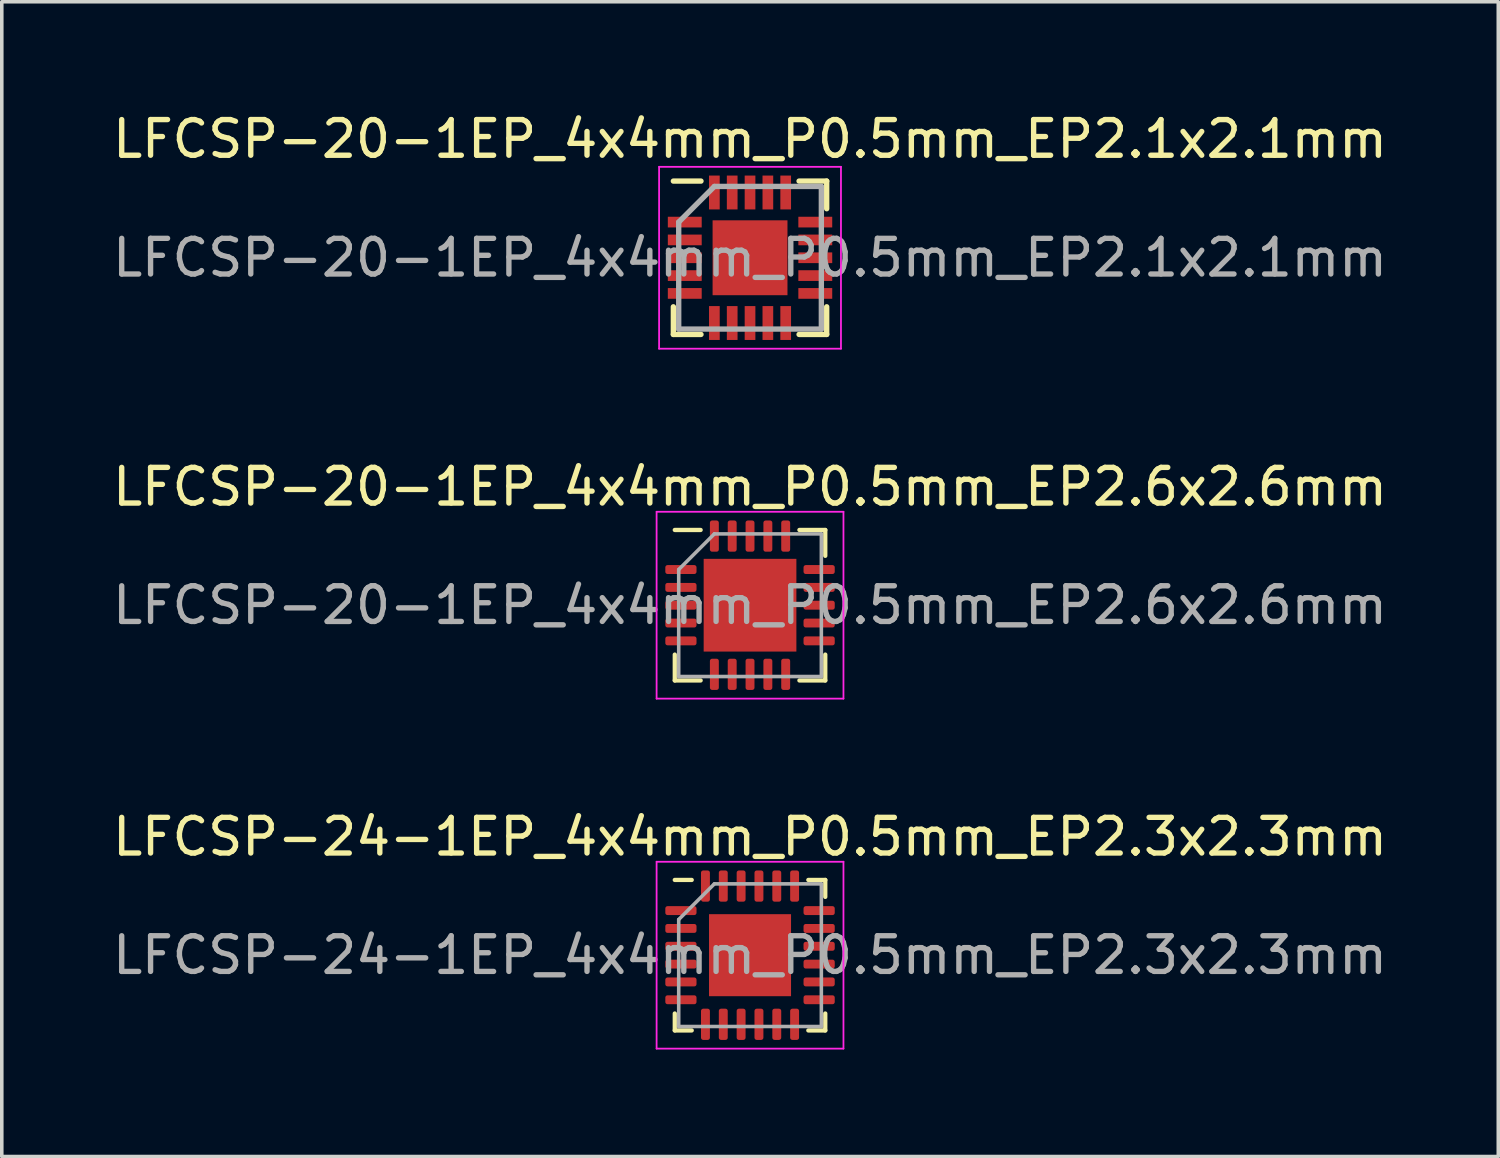
<source format=kicad_pcb>
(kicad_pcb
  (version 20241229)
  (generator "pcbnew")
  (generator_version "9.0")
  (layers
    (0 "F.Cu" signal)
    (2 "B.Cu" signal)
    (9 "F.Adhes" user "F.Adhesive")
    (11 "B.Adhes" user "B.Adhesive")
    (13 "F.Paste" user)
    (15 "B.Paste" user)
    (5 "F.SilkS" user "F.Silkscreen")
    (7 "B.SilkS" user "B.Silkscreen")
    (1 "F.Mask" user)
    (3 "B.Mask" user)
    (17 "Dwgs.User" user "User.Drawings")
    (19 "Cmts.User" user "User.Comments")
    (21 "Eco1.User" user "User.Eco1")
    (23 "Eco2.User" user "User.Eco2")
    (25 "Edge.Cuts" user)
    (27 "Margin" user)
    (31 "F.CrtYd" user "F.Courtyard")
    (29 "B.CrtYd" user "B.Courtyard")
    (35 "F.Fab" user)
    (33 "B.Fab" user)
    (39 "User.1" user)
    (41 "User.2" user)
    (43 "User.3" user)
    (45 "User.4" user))
  (footprint "LFCSP-20-1EP_4x4mm_P0.5mm_EP2.6x2.6mm"
    (layer "F.Cu")
    (at 17.982 13.921)
    (property "Reference" "LFCSP-20-1EP_4x4mm_P0.5mm_EP2.6x2.6mm" (at 0 -3.32 0) (layer "F.SilkS") (effects (font (size 1 1) (thickness 0.15))))
    (attr smd)
    (fp_line (start -2.11 2.11) (end -2.11 1.385) (stroke (width 0.12) (type solid)) (layer "F.SilkS"))
    (fp_line (start -1.385 -2.11) (end -2.11 -2.11) (stroke (width 0.12) (type solid)) (layer "F.SilkS"))
    (fp_line (start -1.385 2.11) (end -2.11 2.11) (stroke (width 0.12) (type solid)) (layer "F.SilkS"))
    (fp_line (start 1.385 -2.11) (end 2.11 -2.11) (stroke (width 0.12) (type solid)) (layer "F.SilkS"))
    (fp_line (start 1.385 2.11) (end 2.11 2.11) (stroke (width 0.12) (type solid)) (layer "F.SilkS"))
    (fp_line (start 2.11 -2.11) (end 2.11 -1.385) (stroke (width 0.12) (type solid)) (layer "F.SilkS"))
    (fp_line (start 2.11 2.11) (end 2.11 1.385) (stroke (width 0.12) (type solid)) (layer "F.SilkS"))
    (fp_line (start -2.62 -2.62) (end -2.62 2.62) (stroke (width 0.05) (type solid)) (layer "F.CrtYd"))
    (fp_line (start -2.62 2.62) (end 2.62 2.62) (stroke (width 0.05) (type solid)) (layer "F.CrtYd"))
    (fp_line (start 2.62 -2.62) (end -2.62 -2.62) (stroke (width 0.05) (type solid)) (layer "F.CrtYd"))
    (fp_line (start 2.62 2.62) (end 2.62 -2.62) (stroke (width 0.05) (type solid)) (layer "F.CrtYd"))
    (fp_line (start -2 -1) (end -1 -2) (stroke (width 0.1) (type solid)) (layer "F.Fab"))
    (fp_line (start -2 2) (end -2 -1) (stroke (width 0.1) (type solid)) (layer "F.Fab"))
    (fp_line (start -1 -2) (end 2 -2) (stroke (width 0.1) (type solid)) (layer "F.Fab"))
    (fp_line (start 2 -2) (end 2 2) (stroke (width 0.1) (type solid)) (layer "F.Fab"))
    (fp_line (start 2 2) (end -2 2) (stroke (width 0.1) (type solid)) (layer "F.Fab"))
    (fp_text user "${REFERENCE}" (at 0 0 0) (layer "F.Fab") (effects (font (size 1 1) (thickness 0.15))))
    (pad "" smd roundrect (at -0.65 -0.65) (size 1.05 1.05) (layers "F.Paste") (roundrect_rratio 0.238))
    (pad "" smd roundrect (at -0.65 0.65) (size 1.05 1.05) (layers "F.Paste") (roundrect_rratio 0.238))
    (pad "" smd roundrect (at 0.65 -0.65) (size 1.05 1.05) (layers "F.Paste") (roundrect_rratio 0.238))
    (pad "" smd roundrect (at 0.65 0.65) (size 1.05 1.05) (layers "F.Paste") (roundrect_rratio 0.238))
    (pad "1" smd roundrect (at -1.938 -1) (size 0.875 0.25) (layers "F.Cu" "F.Mask" "F.Paste") (roundrect_rratio 0.25))
    (pad "2" smd roundrect (at -1.938 -0.5) (size 0.875 0.25) (layers "F.Cu" "F.Mask" "F.Paste") (roundrect_rratio 0.25))
    (pad "3" smd roundrect (at -1.938 0) (size 0.875 0.25) (layers "F.Cu" "F.Mask" "F.Paste") (roundrect_rratio 0.25))
    (pad "4" smd roundrect (at -1.938 0.5) (size 0.875 0.25) (layers "F.Cu" "F.Mask" "F.Paste") (roundrect_rratio 0.25))
    (pad "5" smd roundrect (at -1.938 1) (size 0.875 0.25) (layers "F.Cu" "F.Mask" "F.Paste") (roundrect_rratio 0.25))
    (pad "6" smd roundrect (at -1 1.938) (size 0.25 0.875) (layers "F.Cu" "F.Mask" "F.Paste") (roundrect_rratio 0.25))
    (pad "7" smd roundrect (at -0.5 1.938) (size 0.25 0.875) (layers "F.Cu" "F.Mask" "F.Paste") (roundrect_rratio 0.25))
    (pad "8" smd roundrect (at 0 1.938) (size 0.25 0.875) (layers "F.Cu" "F.Mask" "F.Paste") (roundrect_rratio 0.25))
    (pad "9" smd roundrect (at 0.5 1.938) (size 0.25 0.875) (layers "F.Cu" "F.Mask" "F.Paste") (roundrect_rratio 0.25))
    (pad "10" smd roundrect (at 1 1.938) (size 0.25 0.875) (layers "F.Cu" "F.Mask" "F.Paste") (roundrect_rratio 0.25))
    (pad "11" smd roundrect (at 1.938 1) (size 0.875 0.25) (layers "F.Cu" "F.Mask" "F.Paste") (roundrect_rratio 0.25))
    (pad "12" smd roundrect (at 1.938 0.5) (size 0.875 0.25) (layers "F.Cu" "F.Mask" "F.Paste") (roundrect_rratio 0.25))
    (pad "13" smd roundrect (at 1.938 0) (size 0.875 0.25) (layers "F.Cu" "F.Mask" "F.Paste") (roundrect_rratio 0.25))
    (pad "14" smd roundrect (at 1.938 -0.5) (size 0.875 0.25) (layers "F.Cu" "F.Mask" "F.Paste") (roundrect_rratio 0.25))
    (pad "15" smd roundrect (at 1.938 -1) (size 0.875 0.25) (layers "F.Cu" "F.Mask" "F.Paste") (roundrect_rratio 0.25))
    (pad "16" smd roundrect (at 1 -1.938) (size 0.25 0.875) (layers "F.Cu" "F.Mask" "F.Paste") (roundrect_rratio 0.25))
    (pad "17" smd roundrect (at 0.5 -1.938) (size 0.25 0.875) (layers "F.Cu" "F.Mask" "F.Paste") (roundrect_rratio 0.25))
    (pad "18" smd roundrect (at 0 -1.938) (size 0.25 0.875) (layers "F.Cu" "F.Mask" "F.Paste") (roundrect_rratio 0.25))
    (pad "19" smd roundrect (at -0.5 -1.938) (size 0.25 0.875) (layers "F.Cu" "F.Mask" "F.Paste") (roundrect_rratio 0.25))
    (pad "20" smd roundrect (at -1 -1.938) (size 0.25 0.875) (layers "F.Cu" "F.Mask" "F.Paste") (roundrect_rratio 0.25))
    (pad "21" smd rect (at 0 0) (size 2.6 2.6) (layers "F.Cu" "F.Mask")))
  (footprint "LFCSP-20-1EP_4x4mm_P0.5mm_EP2.1x2.1mm"
    (layer "F.Cu")
    (at 17.982 4.178)
    (property "Reference" "LFCSP-20-1EP_4x4mm_P0.5mm_EP2.1x2.1mm" (at 0 -3.33 0) (layer "F.SilkS") (effects (font (size 1 1) (thickness 0.15))))
    (attr smd)
    (fp_line (start -2.15 -2.15) (end -1.375 -2.15) (stroke (width 0.15) (type solid)) (layer "F.SilkS"))
    (fp_line (start -2.15 2.15) (end -2.15 1.375) (stroke (width 0.15) (type solid)) (layer "F.SilkS"))
    (fp_line (start -2.15 2.15) (end -1.375 2.15) (stroke (width 0.15) (type solid)) (layer "F.SilkS"))
    (fp_line (start 2.15 -2.15) (end 1.375 -2.15) (stroke (width 0.15) (type solid)) (layer "F.SilkS"))
    (fp_line (start 2.15 -2.15) (end 2.15 -1.375) (stroke (width 0.15) (type solid)) (layer "F.SilkS"))
    (fp_line (start 2.15 2.15) (end 1.375 2.15) (stroke (width 0.15) (type solid)) (layer "F.SilkS"))
    (fp_line (start 2.15 2.15) (end 2.15 1.375) (stroke (width 0.15) (type solid)) (layer "F.SilkS"))
    (fp_line (start -2.55 -2.55) (end -2.55 2.55) (stroke (width 0.05) (type solid)) (layer "F.CrtYd"))
    (fp_line (start -2.55 -2.55) (end 2.55 -2.55) (stroke (width 0.05) (type solid)) (layer "F.CrtYd"))
    (fp_line (start -2.55 2.55) (end 2.55 2.55) (stroke (width 0.05) (type solid)) (layer "F.CrtYd"))
    (fp_line (start 2.55 -2.55) (end 2.55 2.55) (stroke (width 0.05) (type solid)) (layer "F.CrtYd"))
    (fp_line (start -2 -1) (end -1 -2) (stroke (width 0.15) (type solid)) (layer "F.Fab"))
    (fp_line (start -2 2) (end -2 -1) (stroke (width 0.15) (type solid)) (layer "F.Fab"))
    (fp_line (start -1 -2) (end 2 -2) (stroke (width 0.15) (type solid)) (layer "F.Fab"))
    (fp_line (start 2 -2) (end 2 2) (stroke (width 0.15) (type solid)) (layer "F.Fab"))
    (fp_line (start 2 2) (end -2 2) (stroke (width 0.15) (type solid)) (layer "F.Fab"))
    (fp_text user "${REFERENCE}" (at 0 0 0) (layer "F.Fab") (effects (font (size 1 1) (thickness 0.15))))
    (pad "" smd rect (at -0.525 -0.525) (size 0.86 0.86) (layers "F.Paste"))
    (pad "" smd rect (at -0.525 0.525) (size 0.86 0.86) (layers "F.Paste"))
    (pad "" smd rect (at 0.525 -0.525) (size 0.86 0.86) (layers "F.Paste"))
    (pad "" smd rect (at 0.525 0.525) (size 0.86 0.86) (layers "F.Paste"))
    (pad "1" smd rect (at -1.83 -1) (size 0.95 0.3) (layers "F.Cu" "F.Mask" "F.Paste"))
    (pad "2" smd rect (at -1.83 -0.5) (size 0.95 0.3) (layers "F.Cu" "F.Mask" "F.Paste"))
    (pad "3" smd rect (at -1.83 0) (size 0.95 0.3) (layers "F.Cu" "F.Mask" "F.Paste"))
    (pad "4" smd rect (at -1.83 0.5) (size 0.95 0.3) (layers "F.Cu" "F.Mask" "F.Paste"))
    (pad "5" smd rect (at -1.83 1) (size 0.95 0.3) (layers "F.Cu" "F.Mask" "F.Paste"))
    (pad "6" smd rect (at -1 1.83 90) (size 0.95 0.3) (layers "F.Cu" "F.Mask" "F.Paste"))
    (pad "7" smd rect (at -0.5 1.83 90) (size 0.95 0.3) (layers "F.Cu" "F.Mask" "F.Paste"))
    (pad "8" smd rect (at 0 1.83 90) (size 0.95 0.3) (layers "F.Cu" "F.Mask" "F.Paste"))
    (pad "9" smd rect (at 0.5 1.83 90) (size 0.95 0.3) (layers "F.Cu" "F.Mask" "F.Paste"))
    (pad "10" smd rect (at 1 1.83 90) (size 0.95 0.3) (layers "F.Cu" "F.Mask" "F.Paste"))
    (pad "11" smd rect (at 1.83 1) (size 0.95 0.3) (layers "F.Cu" "F.Mask" "F.Paste"))
    (pad "12" smd rect (at 1.83 0.5) (size 0.95 0.3) (layers "F.Cu" "F.Mask" "F.Paste"))
    (pad "13" smd rect (at 1.83 0) (size 0.95 0.3) (layers "F.Cu" "F.Mask" "F.Paste"))
    (pad "14" smd rect (at 1.83 -0.5) (size 0.95 0.3) (layers "F.Cu" "F.Mask" "F.Paste"))
    (pad "15" smd rect (at 1.83 -1) (size 0.95 0.3) (layers "F.Cu" "F.Mask" "F.Paste"))
    (pad "16" smd rect (at 1 -1.83 90) (size 0.95 0.3) (layers "F.Cu" "F.Mask" "F.Paste"))
    (pad "17" smd rect (at 0.5 -1.83 90) (size 0.95 0.3) (layers "F.Cu" "F.Mask" "F.Paste"))
    (pad "18" smd rect (at 0 -1.83 90) (size 0.95 0.3) (layers "F.Cu" "F.Mask" "F.Paste"))
    (pad "19" smd rect (at -0.5 -1.83 90) (size 0.95 0.3) (layers "F.Cu" "F.Mask" "F.Paste"))
    (pad "20" smd rect (at -1 -1.83 90) (size 0.95 0.3) (layers "F.Cu" "F.Mask" "F.Paste"))
    (pad "21" smd rect (at 0 0) (size 2.1 2.1) (layers "F.Cu" "F.Mask")))
  (footprint "LFCSP-24-1EP_4x4mm_P0.5mm_EP2.3x2.3mm"
    (layer "F.Cu")
    (at 17.982 23.735)
    (property "Reference" "LFCSP-24-1EP_4x4mm_P0.5mm_EP2.3x2.3mm" (at 0 -3.32 0) (layer "F.SilkS") (effects (font (size 1 1) (thickness 0.15))))
    (attr smd)
    (fp_line (start -2.11 2.11) (end -2.11 1.635) (stroke (width 0.12) (type solid)) (layer "F.SilkS"))
    (fp_line (start -1.635 -2.11) (end -2.11 -2.11) (stroke (width 0.12) (type solid)) (layer "F.SilkS"))
    (fp_line (start -1.635 2.11) (end -2.11 2.11) (stroke (width 0.12) (type solid)) (layer "F.SilkS"))
    (fp_line (start 1.635 -2.11) (end 2.11 -2.11) (stroke (width 0.12) (type solid)) (layer "F.SilkS"))
    (fp_line (start 1.635 2.11) (end 2.11 2.11) (stroke (width 0.12) (type solid)) (layer "F.SilkS"))
    (fp_line (start 2.11 -2.11) (end 2.11 -1.635) (stroke (width 0.12) (type solid)) (layer "F.SilkS"))
    (fp_line (start 2.11 2.11) (end 2.11 1.635) (stroke (width 0.12) (type solid)) (layer "F.SilkS"))
    (fp_line (start -2.62 -2.62) (end -2.62 2.62) (stroke (width 0.05) (type solid)) (layer "F.CrtYd"))
    (fp_line (start -2.62 2.62) (end 2.62 2.62) (stroke (width 0.05) (type solid)) (layer "F.CrtYd"))
    (fp_line (start 2.62 -2.62) (end -2.62 -2.62) (stroke (width 0.05) (type solid)) (layer "F.CrtYd"))
    (fp_line (start 2.62 2.62) (end 2.62 -2.62) (stroke (width 0.05) (type solid)) (layer "F.CrtYd"))
    (fp_line (start -2 -1) (end -1 -2) (stroke (width 0.1) (type solid)) (layer "F.Fab"))
    (fp_line (start -2 2) (end -2 -1) (stroke (width 0.1) (type solid)) (layer "F.Fab"))
    (fp_line (start -1 -2) (end 2 -2) (stroke (width 0.1) (type solid)) (layer "F.Fab"))
    (fp_line (start 2 -2) (end 2 2) (stroke (width 0.1) (type solid)) (layer "F.Fab"))
    (fp_line (start 2 2) (end -2 2) (stroke (width 0.1) (type solid)) (layer "F.Fab"))
    (fp_text user "${REFERENCE}" (at 0 0 0) (layer "F.Fab") (effects (font (size 1 1) (thickness 0.15))))
    (pad "" smd roundrect (at -0.575 -0.575) (size 0.93 0.93) (layers "F.Paste") (roundrect_rratio 0.25))
    (pad "" smd roundrect (at -0.575 0.575) (size 0.93 0.93) (layers "F.Paste") (roundrect_rratio 0.25))
    (pad "" smd roundrect (at 0.575 -0.575) (size 0.93 0.93) (layers "F.Paste") (roundrect_rratio 0.25))
    (pad "" smd roundrect (at 0.575 0.575) (size 0.93 0.93) (layers "F.Paste") (roundrect_rratio 0.25))
    (pad "1" smd roundrect (at -1.938 -1.25) (size 0.875 0.25) (layers "F.Cu" "F.Mask" "F.Paste") (roundrect_rratio 0.25))
    (pad "2" smd roundrect (at -1.938 -0.75) (size 0.875 0.25) (layers "F.Cu" "F.Mask" "F.Paste") (roundrect_rratio 0.25))
    (pad "3" smd roundrect (at -1.938 -0.25) (size 0.875 0.25) (layers "F.Cu" "F.Mask" "F.Paste") (roundrect_rratio 0.25))
    (pad "4" smd roundrect (at -1.938 0.25) (size 0.875 0.25) (layers "F.Cu" "F.Mask" "F.Paste") (roundrect_rratio 0.25))
    (pad "5" smd roundrect (at -1.938 0.75) (size 0.875 0.25) (layers "F.Cu" "F.Mask" "F.Paste") (roundrect_rratio 0.25))
    (pad "6" smd roundrect (at -1.938 1.25) (size 0.875 0.25) (layers "F.Cu" "F.Mask" "F.Paste") (roundrect_rratio 0.25))
    (pad "7" smd roundrect (at -1.25 1.938) (size 0.25 0.875) (layers "F.Cu" "F.Mask" "F.Paste") (roundrect_rratio 0.25))
    (pad "8" smd roundrect (at -0.75 1.938) (size 0.25 0.875) (layers "F.Cu" "F.Mask" "F.Paste") (roundrect_rratio 0.25))
    (pad "9" smd roundrect (at -0.25 1.938) (size 0.25 0.875) (layers "F.Cu" "F.Mask" "F.Paste") (roundrect_rratio 0.25))
    (pad "10" smd roundrect (at 0.25 1.938) (size 0.25 0.875) (layers "F.Cu" "F.Mask" "F.Paste") (roundrect_rratio 0.25))
    (pad "11" smd roundrect (at 0.75 1.938) (size 0.25 0.875) (layers "F.Cu" "F.Mask" "F.Paste") (roundrect_rratio 0.25))
    (pad "12" smd roundrect (at 1.25 1.938) (size 0.25 0.875) (layers "F.Cu" "F.Mask" "F.Paste") (roundrect_rratio 0.25))
    (pad "13" smd roundrect (at 1.938 1.25) (size 0.875 0.25) (layers "F.Cu" "F.Mask" "F.Paste") (roundrect_rratio 0.25))
    (pad "14" smd roundrect (at 1.938 0.75) (size 0.875 0.25) (layers "F.Cu" "F.Mask" "F.Paste") (roundrect_rratio 0.25))
    (pad "15" smd roundrect (at 1.938 0.25) (size 0.875 0.25) (layers "F.Cu" "F.Mask" "F.Paste") (roundrect_rratio 0.25))
    (pad "16" smd roundrect (at 1.938 -0.25) (size 0.875 0.25) (layers "F.Cu" "F.Mask" "F.Paste") (roundrect_rratio 0.25))
    (pad "17" smd roundrect (at 1.938 -0.75) (size 0.875 0.25) (layers "F.Cu" "F.Mask" "F.Paste") (roundrect_rratio 0.25))
    (pad "18" smd roundrect (at 1.938 -1.25) (size 0.875 0.25) (layers "F.Cu" "F.Mask" "F.Paste") (roundrect_rratio 0.25))
    (pad "19" smd roundrect (at 1.25 -1.938) (size 0.25 0.875) (layers "F.Cu" "F.Mask" "F.Paste") (roundrect_rratio 0.25))
    (pad "20" smd roundrect (at 0.75 -1.938) (size 0.25 0.875) (layers "F.Cu" "F.Mask" "F.Paste") (roundrect_rratio 0.25))
    (pad "21" smd roundrect (at 0.25 -1.938) (size 0.25 0.875) (layers "F.Cu" "F.Mask" "F.Paste") (roundrect_rratio 0.25))
    (pad "22" smd roundrect (at -0.25 -1.938) (size 0.25 0.875) (layers "F.Cu" "F.Mask" "F.Paste") (roundrect_rratio 0.25))
    (pad "23" smd roundrect (at -0.75 -1.938) (size 0.25 0.875) (layers "F.Cu" "F.Mask" "F.Paste") (roundrect_rratio 0.25))
    (pad "24" smd roundrect (at -1.25 -1.938) (size 0.25 0.875) (layers "F.Cu" "F.Mask" "F.Paste") (roundrect_rratio 0.25))
    (pad "25" smd rect (at 0 0) (size 2.3 2.3) (layers "F.Cu" "F.Mask")))
  (gr_rect
    (start -3 -3)
    (end 38.964 29.38)
    (stroke (width 0.1) (type default))
    (fill no)
    (layer "Edge.Cuts")))
</source>
